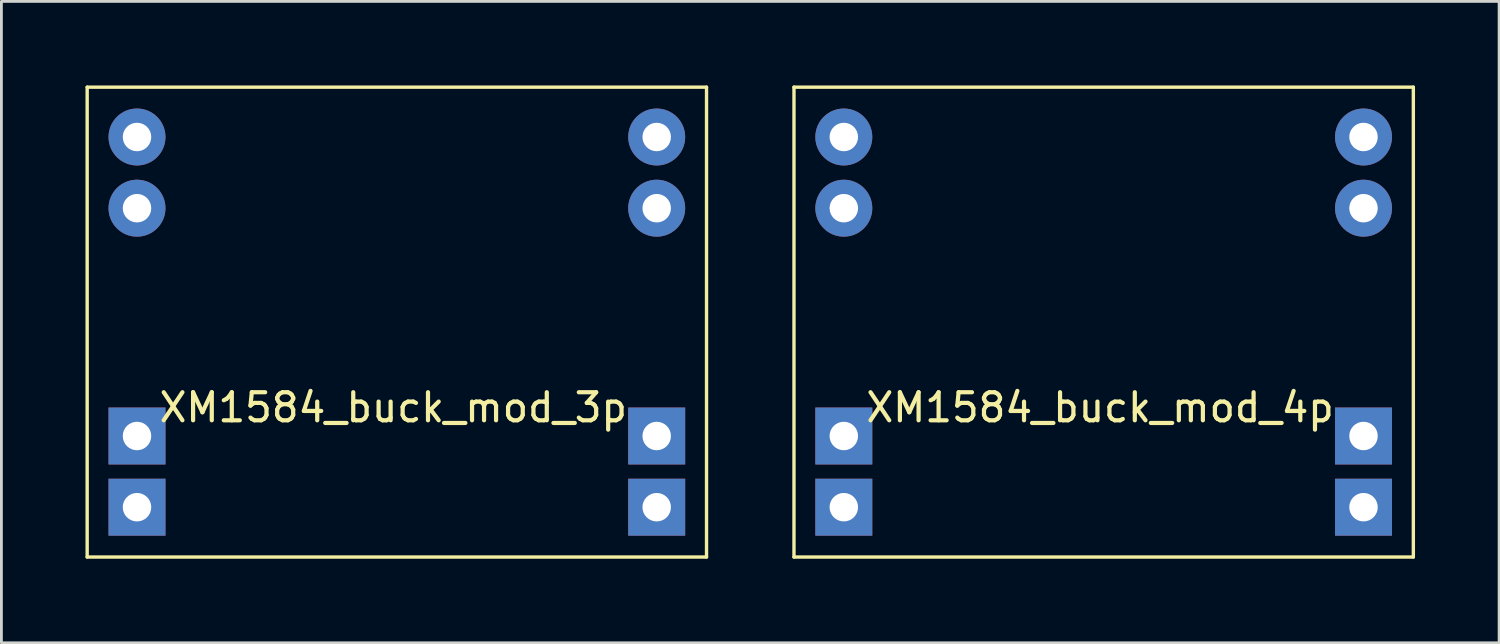
<source format=kicad_pcb>
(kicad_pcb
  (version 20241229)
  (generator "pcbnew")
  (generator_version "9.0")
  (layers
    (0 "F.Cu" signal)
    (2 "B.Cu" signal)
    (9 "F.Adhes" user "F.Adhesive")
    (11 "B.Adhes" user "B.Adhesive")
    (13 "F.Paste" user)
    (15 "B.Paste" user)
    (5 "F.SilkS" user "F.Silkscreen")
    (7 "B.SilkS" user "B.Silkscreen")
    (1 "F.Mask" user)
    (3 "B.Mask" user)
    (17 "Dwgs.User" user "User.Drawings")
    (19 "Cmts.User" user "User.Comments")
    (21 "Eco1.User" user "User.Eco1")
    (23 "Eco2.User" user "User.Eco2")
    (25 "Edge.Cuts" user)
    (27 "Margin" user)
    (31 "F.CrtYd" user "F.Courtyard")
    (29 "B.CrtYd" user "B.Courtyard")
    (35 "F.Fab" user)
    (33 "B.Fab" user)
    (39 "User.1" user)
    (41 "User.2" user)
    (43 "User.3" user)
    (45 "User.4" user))
  (footprint "XM1584_buck_mod_3p"
    (layer "F.Cu")
    (at 1.838 1.838)
    (property "Reference" "XM1584_buck_mod_3p" (at 9.144 9.652 0) (layer "F.SilkS") (effects (font (size 1 1) (thickness 0.15))))
    (attr through_hole)
    (fp_line (start -1.778 -1.778) (end 20.32 -1.778) (stroke (width 0.12) (type solid)) (layer "F.SilkS"))
    (fp_line (start -1.778 14.986) (end -1.778 -1.778) (stroke (width 0.12) (type solid)) (layer "F.SilkS"))
    (fp_line (start 20.32 -1.778) (end 20.32 14.986) (stroke (width 0.12) (type solid)) (layer "F.SilkS"))
    (fp_line (start 20.32 14.986) (end -1.778 14.986) (stroke (width 0.12) (type solid)) (layer "F.SilkS"))
    (pad "1" thru_hole circle (at 0 0) (size 2.032 2.032) (drill 1.016) (layers "*.Cu" "*.Mask"))
    (pad "1" thru_hole circle (at 0 2.54) (size 2.032 2.032) (drill 1.016) (layers "*.Cu" "*.Mask"))
    (pad "1" thru_hole circle (at 18.542 0) (size 2.032 2.032) (drill 1.016) (layers "*.Cu" "*.Mask"))
    (pad "1" thru_hole circle (at 18.542 2.54) (size 2.032 2.032) (drill 1.016) (layers "*.Cu" "*.Mask"))
    (pad "2" thru_hole rect (at 0 10.668) (size 2.032 2.032) (drill 1.016) (layers "*.Cu" "*.Mask"))
    (pad "2" thru_hole rect (at 0 13.208) (size 2.032 2.032) (drill 1.016) (layers "*.Cu" "*.Mask"))
    (pad "3" thru_hole rect (at 18.542 10.668) (size 2.032 2.032) (drill 1.016) (layers "*.Cu" "*.Mask"))
    (pad "3" thru_hole rect (at 18.542 13.208) (size 2.032 2.032) (drill 1.016) (layers "*.Cu" "*.Mask")))
  (footprint "XM1584_buck_mod_4p"
    (layer "F.Cu")
    (at 27.056 1.838)
    (property "Reference" "XM1584_buck_mod_4p" (at 9.144 9.652 0) (layer "F.SilkS") (effects (font (size 1 1) (thickness 0.15))))
    (attr through_hole)
    (fp_line (start -1.778 -1.778) (end 20.32 -1.778) (stroke (width 0.12) (type solid)) (layer "F.SilkS"))
    (fp_line (start -1.778 14.986) (end -1.778 -1.778) (stroke (width 0.12) (type solid)) (layer "F.SilkS"))
    (fp_line (start 20.32 -1.778) (end 20.32 14.986) (stroke (width 0.12) (type solid)) (layer "F.SilkS"))
    (fp_line (start 20.32 14.986) (end -1.778 14.986) (stroke (width 0.12) (type solid)) (layer "F.SilkS"))
    (pad "1" thru_hole circle (at 0 0) (size 2.032 2.032) (drill 1.016) (layers "*.Cu" "*.Mask"))
    (pad "1" thru_hole circle (at 0 2.54) (size 2.032 2.032) (drill 1.016) (layers "*.Cu" "*.Mask"))
    (pad "2" thru_hole rect (at 0 10.668) (size 2.032 2.032) (drill 1.016) (layers "*.Cu" "*.Mask"))
    (pad "2" thru_hole rect (at 0 13.208) (size 2.032 2.032) (drill 1.016) (layers "*.Cu" "*.Mask"))
    (pad "3" thru_hole circle (at 18.542 0) (size 2.032 2.032) (drill 1.016) (layers "*.Cu" "*.Mask"))
    (pad "3" thru_hole circle (at 18.542 2.54) (size 2.032 2.032) (drill 1.016) (layers "*.Cu" "*.Mask"))
    (pad "4" thru_hole rect (at 18.542 10.668) (size 2.032 2.032) (drill 1.016) (layers "*.Cu" "*.Mask"))
    (pad "4" thru_hole rect (at 18.542 13.208) (size 2.032 2.032) (drill 1.016) (layers "*.Cu" "*.Mask")))
  (gr_rect
    (start -3 -3)
    (end 50.436 19.884)
    (stroke (width 0.1) (type default))
    (fill no)
    (layer "Edge.Cuts")))
</source>
